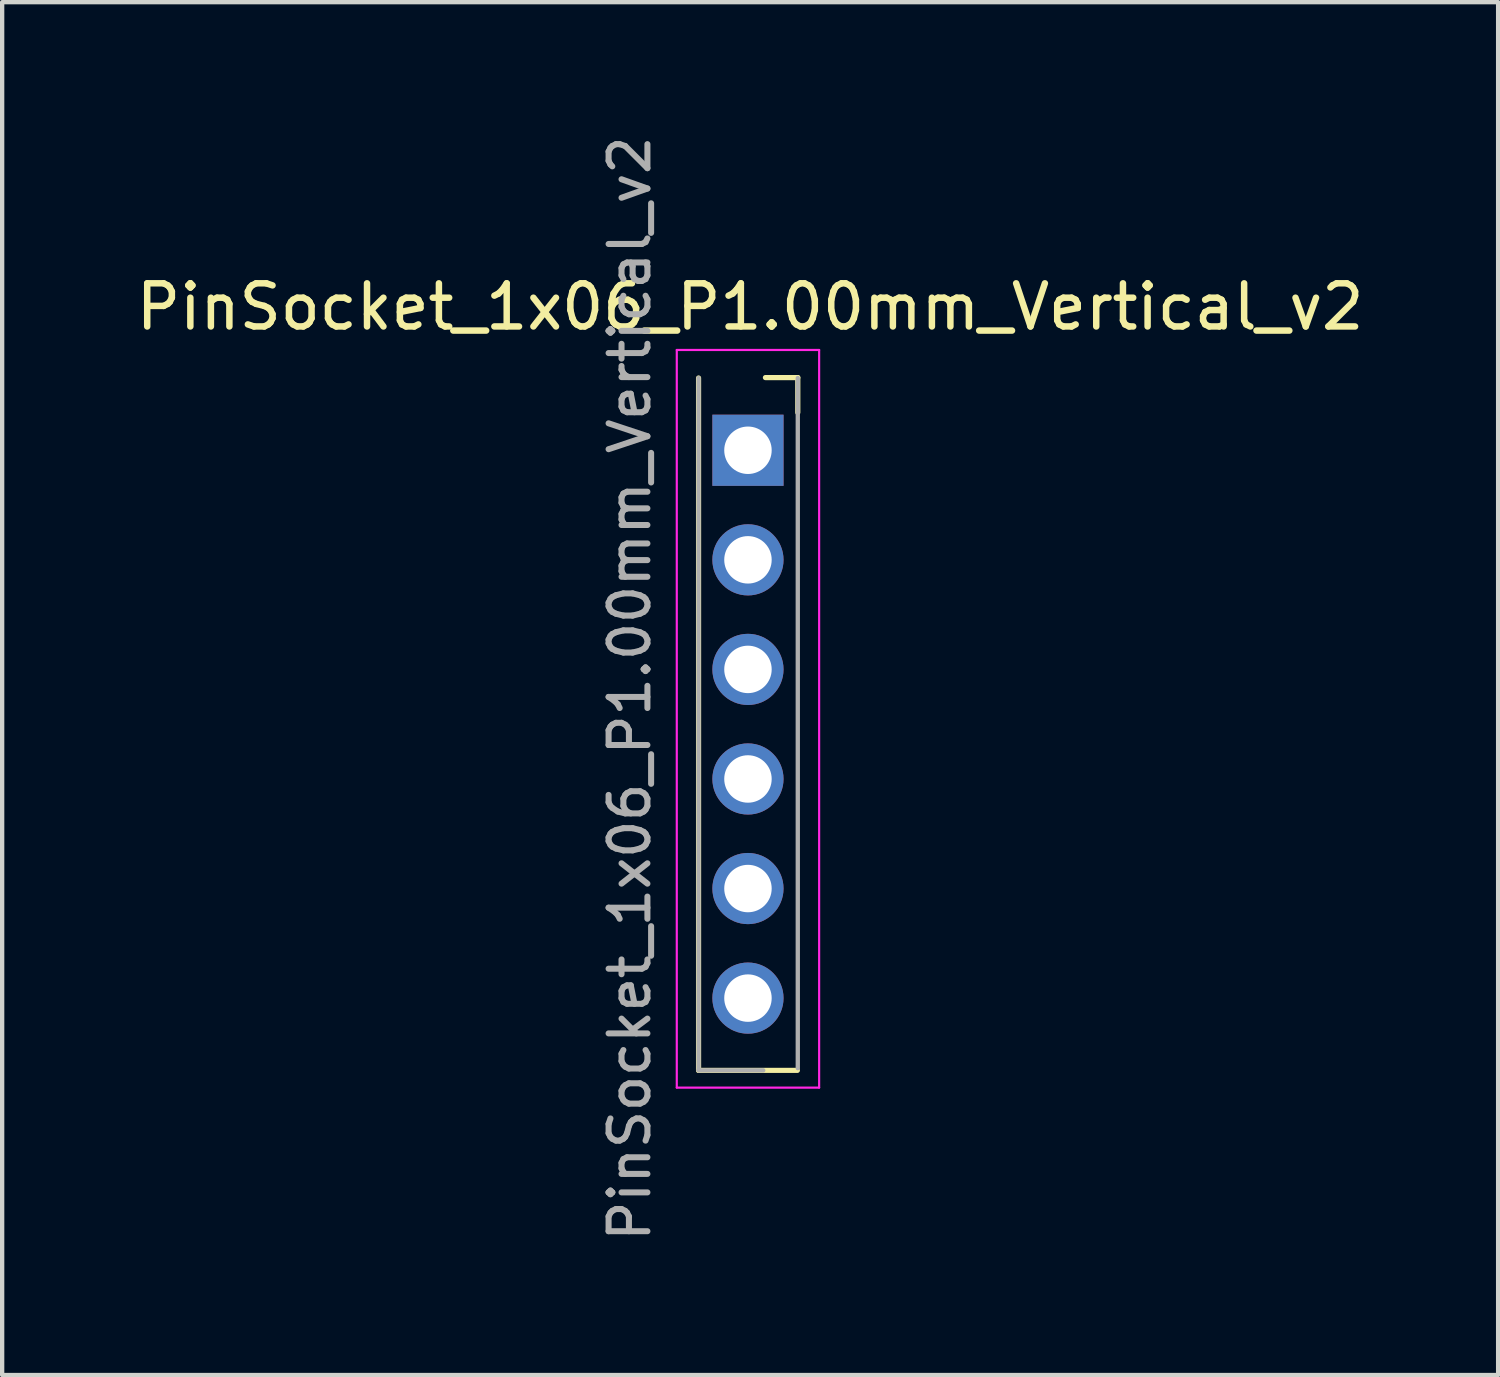
<source format=kicad_pcb>
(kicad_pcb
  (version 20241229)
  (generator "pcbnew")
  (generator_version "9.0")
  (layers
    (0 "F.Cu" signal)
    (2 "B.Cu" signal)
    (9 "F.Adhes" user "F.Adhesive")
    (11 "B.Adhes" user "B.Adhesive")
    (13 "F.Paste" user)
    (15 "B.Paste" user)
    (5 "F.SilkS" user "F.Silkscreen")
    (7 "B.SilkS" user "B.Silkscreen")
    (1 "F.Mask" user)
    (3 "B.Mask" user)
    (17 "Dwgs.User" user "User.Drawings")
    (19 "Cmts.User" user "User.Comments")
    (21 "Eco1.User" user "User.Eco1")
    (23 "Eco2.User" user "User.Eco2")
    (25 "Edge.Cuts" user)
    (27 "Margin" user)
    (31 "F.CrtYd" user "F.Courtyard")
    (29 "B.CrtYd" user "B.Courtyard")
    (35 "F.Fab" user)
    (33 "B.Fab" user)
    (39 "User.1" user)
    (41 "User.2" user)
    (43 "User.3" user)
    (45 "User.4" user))
  (footprint "PinSocket_1x06_P1.00mm_Vertical_v2"
    (layer "F.Cu")
    (at 14.339 12.913)
    (property "Reference" "PinSocket_1x06_P1.00mm_Vertical_v2" (at 0 -8.85 180) (layer "F.SilkS") (effects (font (size 1 1) (thickness 0.15))))
    (attr through_hole)
    (fp_line (start -1.195 -7.2) (end -1.195 8.85) (stroke (width 0.12) (type solid)) (layer "F.SilkS"))
    (fp_line (start -1.195 8.85) (end 1.095 8.85) (stroke (width 0.12) (type solid)) (layer "F.SilkS"))
    (fp_line (start 0.355 -7.21) (end 1.105 -7.21) (stroke (width 0.12) (type solid)) (layer "F.SilkS"))
    (fp_line (start 1.105 -7.21) (end 1.105 -6.4) (stroke (width 0.12) (type solid)) (layer "F.SilkS"))
    (fp_line (start -1.7 -7.85) (end 1.6 -7.85) (stroke (width 0.05) (type solid)) (layer "F.CrtYd"))
    (fp_line (start -1.7 9.25) (end -1.7 -7.85) (stroke (width 0.05) (type solid)) (layer "F.CrtYd"))
    (fp_line (start 1.6 -7.85) (end 1.6 9.25) (stroke (width 0.05) (type solid)) (layer "F.CrtYd"))
    (fp_line (start 1.6 9.25) (end -1.7 9.25) (stroke (width 0.05) (type solid)) (layer "F.CrtYd"))
    (fp_line (start -1.195 8.85) (end -1.195 -7.2) (stroke (width 0.1) (type solid)) (layer "F.Fab"))
    (fp_line (start 0.305 8.85) (end -1.195 8.85) (stroke (width 0.1) (type solid)) (layer "F.Fab"))
    (fp_line (start 1.105 -7.2) (end 1.105 8.8) (stroke (width 0.1) (type solid)) (layer "F.Fab"))
    (fp_text user "${REFERENCE}" (at -2.79 0 270) (layer "F.Fab") (effects (font (size 0.9 0.9) (thickness 0.14))))
    (pad "1" thru_hole rect (at -0.05 -5.525) (size 1.65 1.65) (drill 1.1) (layers "*.Cu" "*.Mask"))
    (pad "2" thru_hole circle (at -0.05 -2.985) (size 1.65 1.65) (drill 1.1) (layers "*.Cu" "*.Mask"))
    (pad "3" thru_hole circle (at -0.05 -0.445) (size 1.65 1.65) (drill 1.1) (layers "*.Cu" "*.Mask"))
    (pad "4" thru_hole circle (at -0.05 2.095) (size 1.65 1.65) (drill 1.1) (layers "*.Cu" "*.Mask"))
    (pad "5" thru_hole circle (at -0.05 4.635) (size 1.65 1.65) (drill 1.1) (layers "*.Cu" "*.Mask"))
    (pad "6" thru_hole circle (at -0.05 7.175) (size 1.65 1.65) (drill 1.1) (layers "*.Cu" "*.Mask")))
  (gr_rect
    (start -3 -3)
    (end 31.679 28.826)
    (stroke (width 0.1) (type default))
    (fill no)
    (layer "Edge.Cuts")))
</source>
